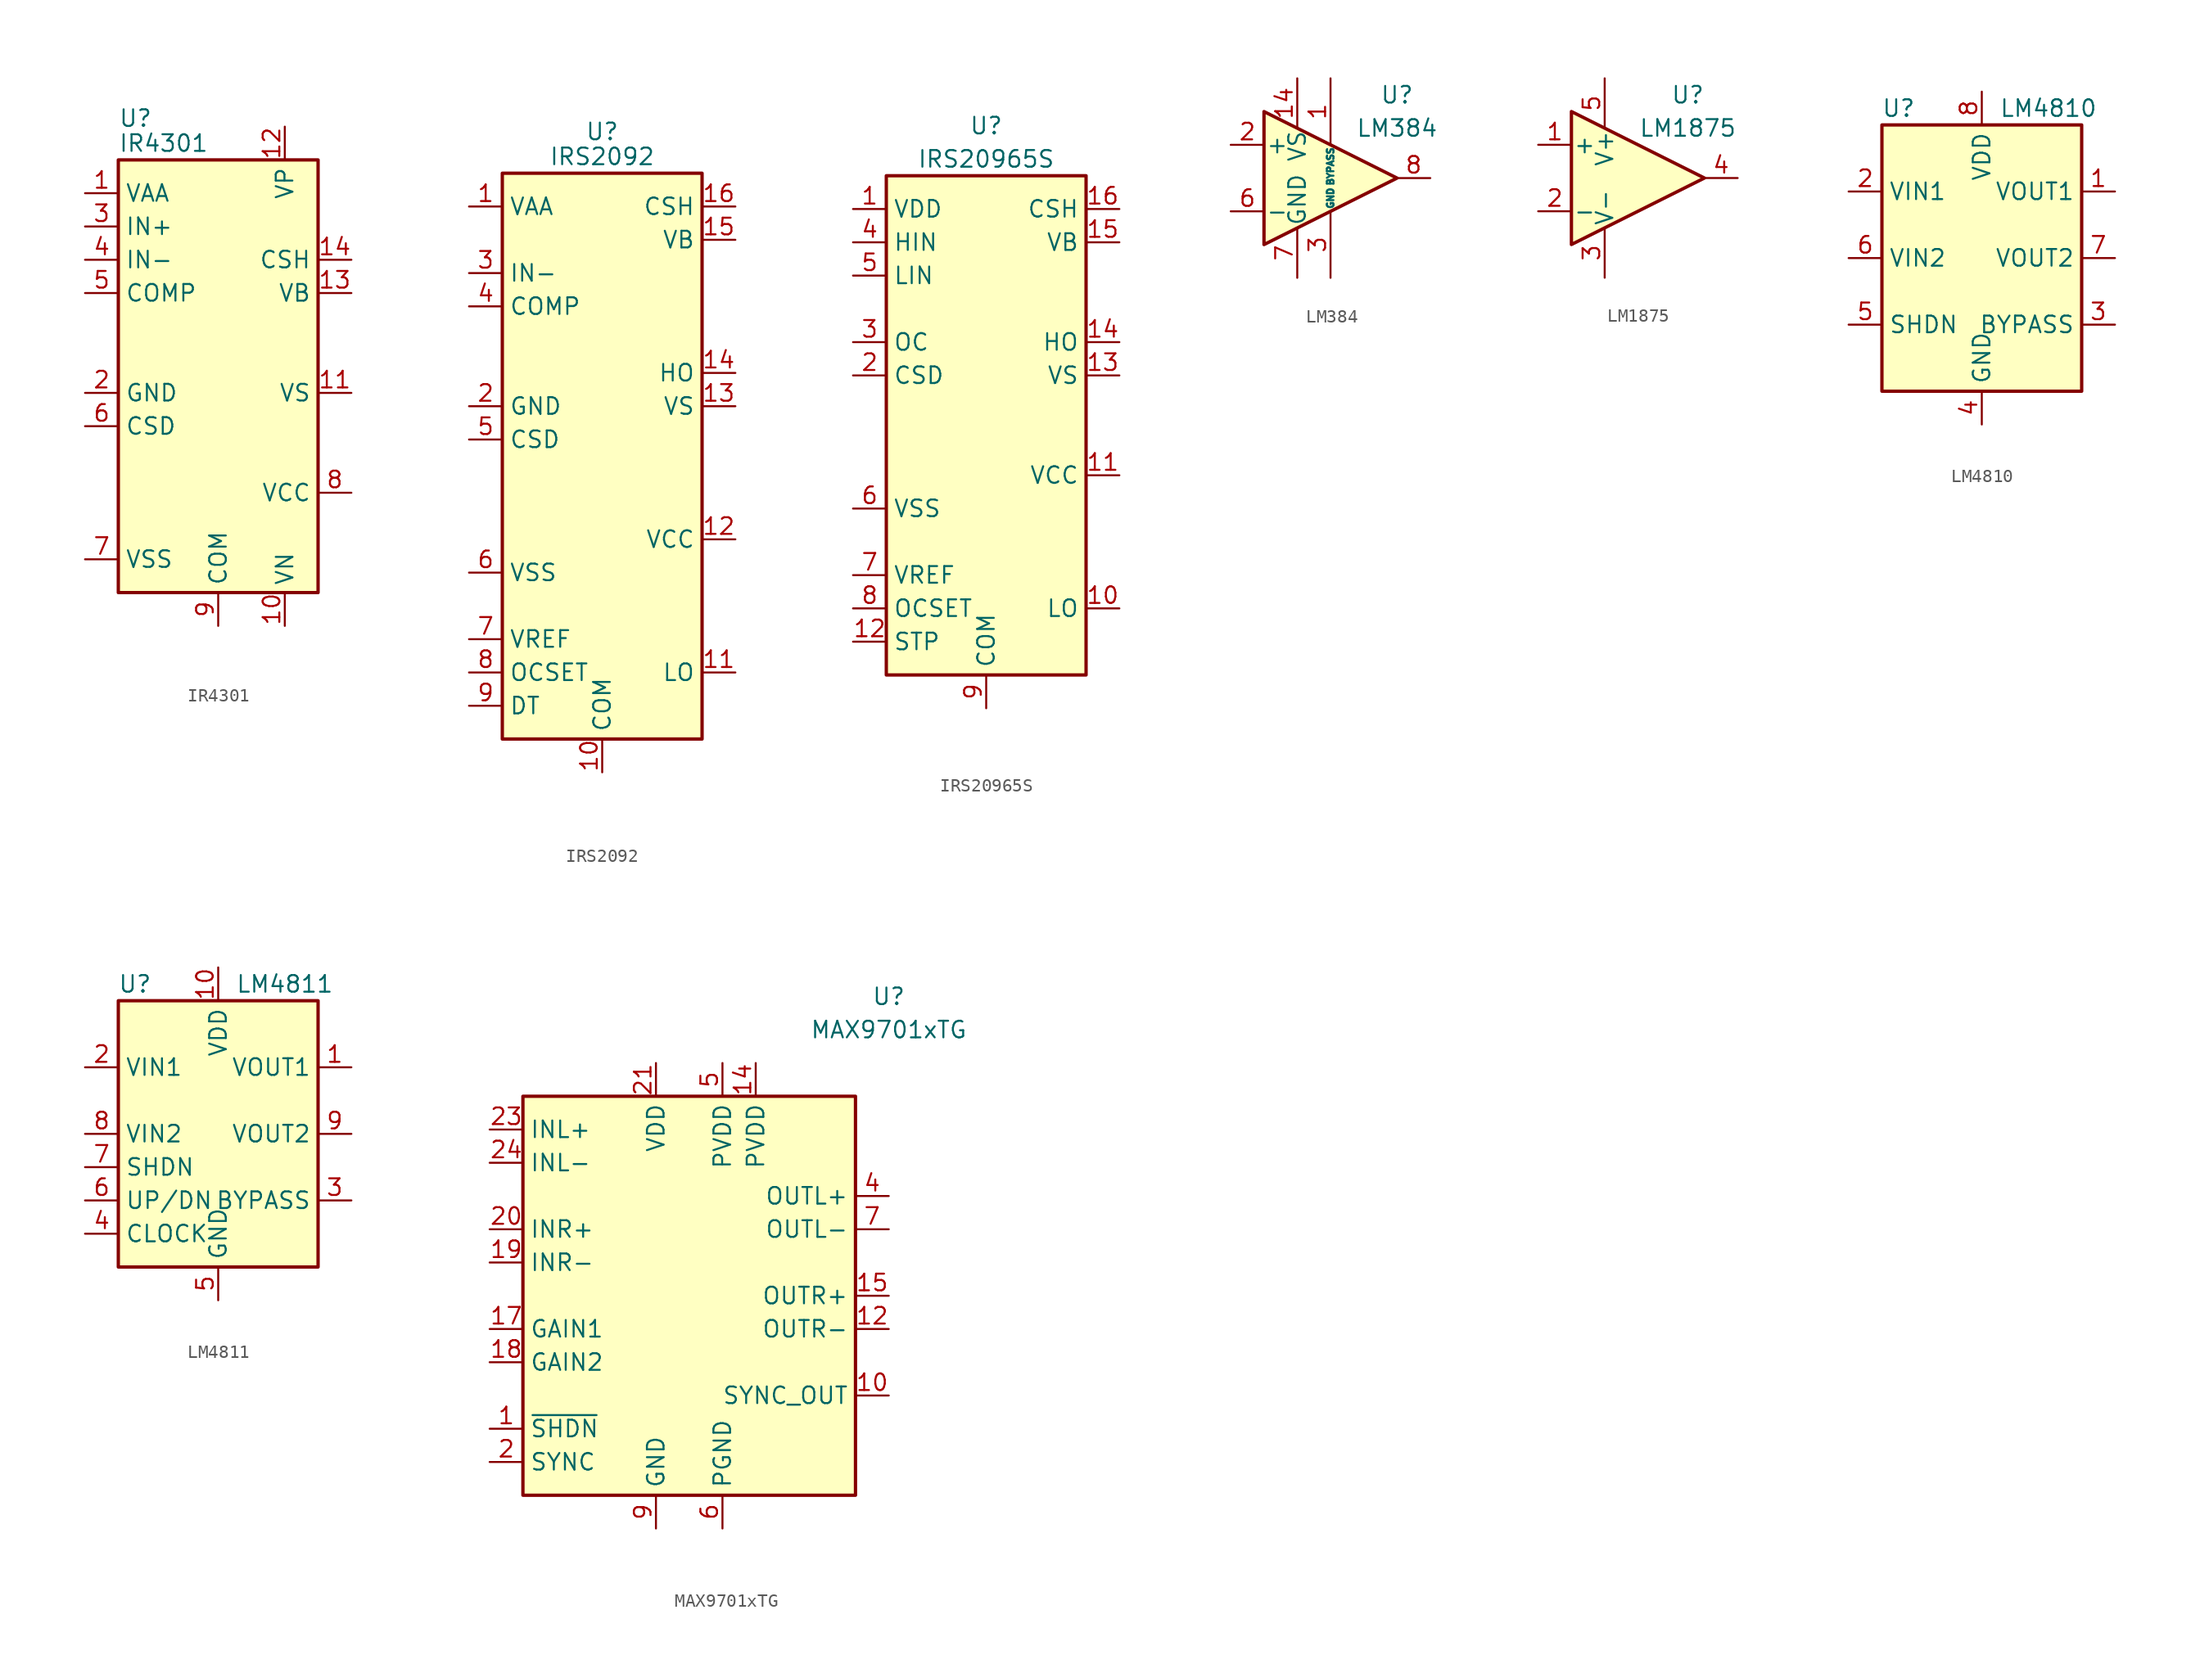
<source format=kicad_sym>
(kicad_symbol_lib
  (version 20231120)
  (generator "kicad_symbol_editor")
  (generator_version "8.0")
  (symbol "IR4301"
    (property "Reference" "U"
      (at -7.62 20.955 0)
      (effects (font (size 1.27 1.27)) (justify left)))
    (property "Value" "IR4301"
      (at -7.62 19.05 0)
      (effects (font (size 1.27 1.27)) (justify left)))
    (symbol "IR4301_0_1"
      (rectangle (start -7.62 -15.24) (end 7.62 17.78) (stroke (width 0.254) (type default)) (fill (type background))))
    (symbol "IR4301_1_1"
      (pin power_in line (at -10.16 15.24 0) (length 2.54) (name "VAA" (effects (font (size 1.27 1.27)))) (number "1" (effects (font (size 1.27 1.27)))))
      (pin power_in line (at 5.08 -17.78 90) (length 2.54) (name "VN" (effects (font (size 1.27 1.27)))) (number "10" (effects (font (size 1.27 1.27)))))
      (pin output line (at 10.16 0 180) (length 2.54) (name "VS" (effects (font (size 1.27 1.27)))) (number "11" (effects (font (size 1.27 1.27)))))
      (pin power_in line (at 5.08 20.32 270) (length 2.54) (name "VP" (effects (font (size 1.27 1.27)))) (number "12" (effects (font (size 1.27 1.27)))))
      (pin power_in line (at 10.16 7.62 180) (length 2.54) (name "VB" (effects (font (size 1.27 1.27)))) (number "13" (effects (font (size 1.27 1.27)))))
      (pin passive line (at 10.16 10.16 180) (length 2.54) (name "CSH" (effects (font (size 1.27 1.27)))) (number "14" (effects (font (size 1.27 1.27)))))
      (pin passive line (at 0 -17.78 90) (length 2.54) hide (name "COM" (effects (font (size 1.27 1.27)))) (number "15" (effects (font (size 1.27 1.27)))))
      (pin power_in line (at -10.16 0 0) (length 2.54) (name "GND" (effects (font (size 1.27 1.27)))) (number "2" (effects (font (size 1.27 1.27)))))
      (pin input line (at -10.16 12.7 0) (length 2.54) (name "IN+" (effects (font (size 1.27 1.27)))) (number "3" (effects (font (size 1.27 1.27)))))
      (pin input line (at -10.16 10.16 0) (length 2.54) (name "IN-" (effects (font (size 1.27 1.27)))) (number "4" (effects (font (size 1.27 1.27)))))
      (pin output line (at -10.16 7.62 0) (length 2.54) (name "COMP" (effects (font (size 1.27 1.27)))) (number "5" (effects (font (size 1.27 1.27)))))
      (pin passive line (at -10.16 -2.54 0) (length 2.54) (name "CSD" (effects (font (size 1.27 1.27)))) (number "6" (effects (font (size 1.27 1.27)))))
      (pin power_in line (at -10.16 -12.7 0) (length 2.54) (name "VSS" (effects (font (size 1.27 1.27)))) (number "7" (effects (font (size 1.27 1.27)))))
      (pin power_in line (at 10.16 -7.62 180) (length 2.54) (name "VCC" (effects (font (size 1.27 1.27)))) (number "8" (effects (font (size 1.27 1.27)))))
      (pin power_in line (at 0 -17.78 90) (length 2.54) (name "COM" (effects (font (size 1.27 1.27)))) (number "9" (effects (font (size 1.27 1.27)))))))
  (symbol "IRS2092"
    (property "Reference" "U"
      (at 0 26.035 0)
      (effects (font (size 1.27 1.27))))
    (property "Value" "IRS2092"
      (at 0 24.13 0)
      (effects (font (size 1.27 1.27))))
    (symbol "IRS2092_0_1"
      (rectangle (start -7.62 -20.32) (end 7.62 22.86) (stroke (width 0.254) (type default)) (fill (type background))))
    (symbol "IRS2092_1_1"
      (pin power_in line (at -10.16 20.32 0) (length 2.54) (name "VAA" (effects (font (size 1.27 1.27)))) (number "1" (effects (font (size 1.27 1.27)))))
      (pin power_in line (at 0 -22.86 90) (length 2.54) (name "COM" (effects (font (size 1.27 1.27)))) (number "10" (effects (font (size 1.27 1.27)))))
      (pin output line (at 10.16 -15.24 180) (length 2.54) (name "LO" (effects (font (size 1.27 1.27)))) (number "11" (effects (font (size 1.27 1.27)))))
      (pin power_in line (at 10.16 -5.08 180) (length 2.54) (name "VCC" (effects (font (size 1.27 1.27)))) (number "12" (effects (font (size 1.27 1.27)))))
      (pin passive line (at 10.16 5.08 180) (length 2.54) (name "VS" (effects (font (size 1.27 1.27)))) (number "13" (effects (font (size 1.27 1.27)))))
      (pin output line (at 10.16 7.62 180) (length 2.54) (name "HO" (effects (font (size 1.27 1.27)))) (number "14" (effects (font (size 1.27 1.27)))))
      (pin power_in line (at 10.16 17.78 180) (length 2.54) (name "VB" (effects (font (size 1.27 1.27)))) (number "15" (effects (font (size 1.27 1.27)))))
      (pin passive line (at 10.16 20.32 180) (length 2.54) (name "CSH" (effects (font (size 1.27 1.27)))) (number "16" (effects (font (size 1.27 1.27)))))
      (pin power_in line (at -10.16 5.08 0) (length 2.54) (name "GND" (effects (font (size 1.27 1.27)))) (number "2" (effects (font (size 1.27 1.27)))))
      (pin input line (at -10.16 15.24 0) (length 2.54) (name "IN-" (effects (font (size 1.27 1.27)))) (number "3" (effects (font (size 1.27 1.27)))))
      (pin output line (at -10.16 12.7 0) (length 2.54) (name "COMP" (effects (font (size 1.27 1.27)))) (number "4" (effects (font (size 1.27 1.27)))))
      (pin passive line (at -10.16 2.54 0) (length 2.54) (name "CSD" (effects (font (size 1.27 1.27)))) (number "5" (effects (font (size 1.27 1.27)))))
      (pin power_in line (at -10.16 -7.62 0) (length 2.54) (name "VSS" (effects (font (size 1.27 1.27)))) (number "6" (effects (font (size 1.27 1.27)))))
      (pin power_out line (at -10.16 -12.7 0) (length 2.54) (name "VREF" (effects (font (size 1.27 1.27)))) (number "7" (effects (font (size 1.27 1.27)))))
      (pin passive line (at -10.16 -15.24 0) (length 2.54) (name "OCSET" (effects (font (size 1.27 1.27)))) (number "8" (effects (font (size 1.27 1.27)))))
      (pin passive line (at -10.16 -17.78 0) (length 2.54) (name "DT" (effects (font (size 1.27 1.27)))) (number "9" (effects (font (size 1.27 1.27)))))))
  (symbol "IRS20965S"
    (property "Reference" "U"
      (at 0 24.13 0)
      (effects (font (size 1.27 1.27))))
    (property "Value" "IRS20965S"
      (at 0 21.59 0)
      (effects (font (size 1.27 1.27))))
    (symbol "IRS20965S_0_1"
      (rectangle (start -7.62 -17.78) (end 7.62 20.32) (stroke (width 0.254) (type default)) (fill (type background))))
    (symbol "IRS20965S_1_1"
      (pin power_in line (at -10.16 17.78 0) (length 2.54) (name "VDD" (effects (font (size 1.27 1.27)))) (number "1" (effects (font (size 1.27 1.27)))))
      (pin output line (at 10.16 -12.7 180) (length 2.54) (name "LO" (effects (font (size 1.27 1.27)))) (number "10" (effects (font (size 1.27 1.27)))))
      (pin power_in line (at 10.16 -2.54 180) (length 2.54) (name "VCC" (effects (font (size 1.27 1.27)))) (number "11" (effects (font (size 1.27 1.27)))))
      (pin input line (at -10.16 -15.24 0) (length 2.54) (name "STP" (effects (font (size 1.27 1.27)))) (number "12" (effects (font (size 1.27 1.27)))))
      (pin passive line (at 10.16 5.08 180) (length 2.54) (name "VS" (effects (font (size 1.27 1.27)))) (number "13" (effects (font (size 1.27 1.27)))))
      (pin output line (at 10.16 7.62 180) (length 2.54) (name "HO" (effects (font (size 1.27 1.27)))) (number "14" (effects (font (size 1.27 1.27)))))
      (pin power_in line (at 10.16 15.24 180) (length 2.54) (name "VB" (effects (font (size 1.27 1.27)))) (number "15" (effects (font (size 1.27 1.27)))))
      (pin passive line (at 10.16 17.78 180) (length 2.54) (name "CSH" (effects (font (size 1.27 1.27)))) (number "16" (effects (font (size 1.27 1.27)))))
      (pin passive line (at -10.16 5.08 0) (length 2.54) (name "CSD" (effects (font (size 1.27 1.27)))) (number "2" (effects (font (size 1.27 1.27)))))
      (pin open_collector line (at -10.16 7.62 0) (length 2.54) (name "OC" (effects (font (size 1.27 1.27)))) (number "3" (effects (font (size 1.27 1.27)))))
      (pin input line (at -10.16 15.24 0) (length 2.54) (name "HIN" (effects (font (size 1.27 1.27)))) (number "4" (effects (font (size 1.27 1.27)))))
      (pin input line (at -10.16 12.7 0) (length 2.54) (name "LIN" (effects (font (size 1.27 1.27)))) (number "5" (effects (font (size 1.27 1.27)))))
      (pin power_in line (at -10.16 -5.08 0) (length 2.54) (name "VSS" (effects (font (size 1.27 1.27)))) (number "6" (effects (font (size 1.27 1.27)))))
      (pin power_out line (at -10.16 -10.16 0) (length 2.54) (name "VREF" (effects (font (size 1.27 1.27)))) (number "7" (effects (font (size 1.27 1.27)))))
      (pin passive line (at -10.16 -12.7 0) (length 2.54) (name "OCSET" (effects (font (size 1.27 1.27)))) (number "8" (effects (font (size 1.27 1.27)))))
      (pin power_in line (at 0 -20.32 90) (length 2.54) (name "COM" (effects (font (size 1.27 1.27)))) (number "9" (effects (font (size 1.27 1.27)))))))
  (symbol "LM384"
    (pin_names
      (offset 0.127))
    (property "Reference" "U"
      (at 5.08 6.35 0)
      (effects (font (size 1.27 1.27))))
    (property "Value" "LM384"
      (at 5.08 3.81 0)
      (effects (font (size 1.27 1.27))))
    (symbol "LM384_0_1"
      (polyline (pts (xy -5.08 5.08) (xy 5.08 0) (xy -5.08 -5.08) (xy -5.08 5.08)) (stroke (width 0.254) (type default)) (fill (type background))))
    (symbol "LM384_1_1"
      (pin passive line (at 0 7.62 270) (length 5.08) (name "BYPASS" (effects (font (size 0.508 0.508)))) (number "1" (effects (font (size 1.27 1.27)))))
      (pin passive line (at 0 -7.62 90) (length 5.08) hide (name "GND" (effects (font (size 0.508 0.508)))) (number "10" (effects (font (size 1.27 1.27)))))
      (pin passive line (at 0 -7.62 90) (length 5.08) hide (name "GND" (effects (font (size 0.508 0.508)))) (number "11" (effects (font (size 1.27 1.27)))))
      (pin passive line (at 0 -7.62 90) (length 5.08) hide (name "GND" (effects (font (size 0.508 0.508)))) (number "12" (effects (font (size 1.27 1.27)))))
      (pin no_connect line (at 0 2.54 270) (length 2.54) hide (name "NC" (effects (font (size 1.27 1.27)))) (number "13" (effects (font (size 1.27 1.27)))))
      (pin power_in line (at -2.54 7.62 270) (length 3.81) (name "VS" (effects (font (size 1.27 1.27)))) (number "14" (effects (font (size 1.27 1.27)))))
      (pin input line (at -7.62 2.54 0) (length 2.54) (name "+" (effects (font (size 1.27 1.27)))) (number "2" (effects (font (size 1.27 1.27)))))
      (pin power_in line (at 0 -7.62 90) (length 5.08) (name "GND" (effects (font (size 0.508 0.508)))) (number "3" (effects (font (size 1.27 1.27)))))
      (pin passive line (at 0 -7.62 90) (length 5.08) hide (name "GND" (effects (font (size 0.508 0.508)))) (number "4" (effects (font (size 1.27 1.27)))))
      (pin passive line (at 0 -7.62 90) (length 5.08) hide (name "GND" (effects (font (size 0.508 0.508)))) (number "5" (effects (font (size 1.27 1.27)))))
      (pin input line (at -7.62 -2.54 0) (length 2.54) (name "-" (effects (font (size 1.27 1.27)))) (number "6" (effects (font (size 1.27 1.27)))))
      (pin power_in line (at -2.54 -7.62 90) (length 3.81) (name "GND" (effects (font (size 1.27 1.27)))) (number "7" (effects (font (size 1.27 1.27)))))
      (pin output line (at 7.62 0 180) (length 2.54) (name "~" (effects (font (size 1.27 1.27)))) (number "8" (effects (font (size 1.27 1.27)))))
      (pin no_connect line (at -2.54 2.54 270) (length 2.54) hide (name "NC" (effects (font (size 1.27 1.27)))) (number "9" (effects (font (size 1.27 1.27)))))))
  (symbol "LM1875"
    (pin_names
      (offset 0.127))
    (property "Reference" "U"
      (at 3.81 6.35 0)
      (effects (font (size 1.27 1.27))))
    (property "Value" "LM1875"
      (at 3.81 3.81 0)
      (effects (font (size 1.27 1.27))))
    (symbol "LM1875_0_1"
      (polyline (pts (xy -5.08 5.08) (xy 5.08 0) (xy -5.08 -5.08) (xy -5.08 5.08)) (stroke (width 0.254) (type default)) (fill (type background))))
    (symbol "LM1875_1_1"
      (pin input line (at -7.62 2.54 0) (length 2.54) (name "+" (effects (font (size 1.27 1.27)))) (number "1" (effects (font (size 1.27 1.27)))))
      (pin input line (at -7.62 -2.54 0) (length 2.54) (name "-" (effects (font (size 1.27 1.27)))) (number "2" (effects (font (size 1.27 1.27)))))
      (pin power_in line (at -2.54 -7.62 90) (length 3.81) (name "V-" (effects (font (size 1.27 1.27)))) (number "3" (effects (font (size 1.27 1.27)))))
      (pin output line (at 7.62 0 180) (length 2.54) (name "~" (effects (font (size 1.27 1.27)))) (number "4" (effects (font (size 1.27 1.27)))))
      (pin power_in line (at -2.54 7.62 270) (length 3.81) (name "V+" (effects (font (size 1.27 1.27)))) (number "5" (effects (font (size 1.27 1.27)))))))
  (symbol "LM4810"
    (property "Reference" "U"
      (at -6.35 11.43 0)
      (effects (font (size 1.27 1.27))))
    (property "Value" "LM4810"
      (at 5.08 11.43 0)
      (effects (font (size 1.27 1.27))))
    (symbol "LM4810_0_1"
      (rectangle (start -7.62 10.16) (end 7.62 -10.16) (stroke (width 0.254) (type default)) (fill (type background))))
    (symbol "LM4810_1_1"
      (pin output line (at 10.16 5.08 180) (length 2.54) (name "VOUT1" (effects (font (size 1.27 1.27)))) (number "1" (effects (font (size 1.27 1.27)))))
      (pin input line (at -10.16 5.08 0) (length 2.54) (name "VIN1" (effects (font (size 1.27 1.27)))) (number "2" (effects (font (size 1.27 1.27)))))
      (pin passive line (at 10.16 -5.08 180) (length 2.54) (name "BYPASS" (effects (font (size 1.27 1.27)))) (number "3" (effects (font (size 1.27 1.27)))))
      (pin power_in line (at 0 -12.7 90) (length 2.54) (name "GND" (effects (font (size 1.27 1.27)))) (number "4" (effects (font (size 1.27 1.27)))))
      (pin input line (at -10.16 -5.08 0) (length 2.54) (name "SHDN" (effects (font (size 1.27 1.27)))) (number "5" (effects (font (size 1.27 1.27)))))
      (pin input line (at -10.16 0 0) (length 2.54) (name "VIN2" (effects (font (size 1.27 1.27)))) (number "6" (effects (font (size 1.27 1.27)))))
      (pin output line (at 10.16 0 180) (length 2.54) (name "VOUT2" (effects (font (size 1.27 1.27)))) (number "7" (effects (font (size 1.27 1.27)))))
      (pin power_in line (at 0 12.7 270) (length 2.54) (name "VDD" (effects (font (size 1.27 1.27)))) (number "8" (effects (font (size 1.27 1.27)))))))
  (symbol "LM4811"
    (property "Reference" "U"
      (at -6.35 11.43 0)
      (effects (font (size 1.27 1.27))))
    (property "Value" "LM4811"
      (at 5.08 11.43 0)
      (effects (font (size 1.27 1.27))))
    (symbol "LM4811_0_1"
      (rectangle (start -7.62 10.16) (end 7.62 -10.16) (stroke (width 0.254) (type default)) (fill (type background))))
    (symbol "LM4811_1_1"
      (pin output line (at 10.16 5.08 180) (length 2.54) (name "VOUT1" (effects (font (size 1.27 1.27)))) (number "1" (effects (font (size 1.27 1.27)))))
      (pin power_in line (at 0 12.7 270) (length 2.54) (name "VDD" (effects (font (size 1.27 1.27)))) (number "10" (effects (font (size 1.27 1.27)))))
      (pin input line (at -10.16 5.08 0) (length 2.54) (name "VIN1" (effects (font (size 1.27 1.27)))) (number "2" (effects (font (size 1.27 1.27)))))
      (pin passive line (at 10.16 -5.08 180) (length 2.54) (name "BYPASS" (effects (font (size 1.27 1.27)))) (number "3" (effects (font (size 1.27 1.27)))))
      (pin input line (at -10.16 -7.62 0) (length 2.54) (name "CLOCK" (effects (font (size 1.27 1.27)))) (number "4" (effects (font (size 1.27 1.27)))))
      (pin power_in line (at 0 -12.7 90) (length 2.54) (name "GND" (effects (font (size 1.27 1.27)))) (number "5" (effects (font (size 1.27 1.27)))))
      (pin input line (at -10.16 -5.08 0) (length 2.54) (name "UP/DN" (effects (font (size 1.27 1.27)))) (number "6" (effects (font (size 1.27 1.27)))))
      (pin input line (at -10.16 -2.54 0) (length 2.54) (name "SHDN" (effects (font (size 1.27 1.27)))) (number "7" (effects (font (size 1.27 1.27)))))
      (pin input line (at -10.16 0 0) (length 2.54) (name "VIN2" (effects (font (size 1.27 1.27)))) (number "8" (effects (font (size 1.27 1.27)))))
      (pin output line (at 10.16 0 180) (length 2.54) (name "VOUT2" (effects (font (size 1.27 1.27)))) (number "9" (effects (font (size 1.27 1.27)))))))
  (symbol "MAX9701xTG"
    (property "Reference" "U"
      (at 15.24 22.86 0)
      (effects (font (size 1.27 1.27))))
    (property "Value" "MAX9701xTG"
      (at 15.24 20.32 0)
      (effects (font (size 1.27 1.27))))
    (symbol "MAX9701xTG_0_1"
      (rectangle (start -12.7 15.24) (end 12.7 -15.24) (stroke (width 0.254) (type default)) (fill (type background))))
    (symbol "MAX9701xTG_1_1"
      (pin input line (at -15.24 -10.16 0) (length 2.54) (name "~{SHDN}" (effects (font (size 1.27 1.27)))) (number "1" (effects (font (size 1.27 1.27)))))
      (pin output line (at 15.24 -7.62 180) (length 2.54) (name "SYNC_OUT" (effects (font (size 1.27 1.27)))) (number "10" (effects (font (size 1.27 1.27)))))
      (pin no_connect line (at 12.7 -5.08 180) (length 2.54) hide (name "NC" (effects (font (size 1.27 1.27)))) (number "11" (effects (font (size 1.27 1.27)))))
      (pin power_out line (at 15.24 -2.54 180) (length 2.54) (name "OUTR-" (effects (font (size 1.27 1.27)))) (number "12" (effects (font (size 1.27 1.27)))))
      (pin passive line (at 2.54 -17.78 90) (length 2.54) hide (name "PGND" (effects (font (size 1.27 1.27)))) (number "13" (effects (font (size 1.27 1.27)))))
      (pin power_in line (at 5.08 17.78 270) (length 2.54) (name "PVDD" (effects (font (size 1.27 1.27)))) (number "14" (effects (font (size 1.27 1.27)))))
      (pin power_out line (at 15.24 0 180) (length 2.54) (name "OUTR+" (effects (font (size 1.27 1.27)))) (number "15" (effects (font (size 1.27 1.27)))))
      (pin no_connect line (at 12.7 -10.16 180) (length 2.54) hide (name "NC" (effects (font (size 1.27 1.27)))) (number "16" (effects (font (size 1.27 1.27)))))
      (pin input line (at -15.24 -2.54 0) (length 2.54) (name "GAIN1" (effects (font (size 1.27 1.27)))) (number "17" (effects (font (size 1.27 1.27)))))
      (pin input line (at -15.24 -5.08 0) (length 2.54) (name "GAIN2" (effects (font (size 1.27 1.27)))) (number "18" (effects (font (size 1.27 1.27)))))
      (pin input line (at -15.24 2.54 0) (length 2.54) (name "INR-" (effects (font (size 1.27 1.27)))) (number "19" (effects (font (size 1.27 1.27)))))
      (pin input line (at -15.24 -12.7 0) (length 2.54) (name "SYNC" (effects (font (size 1.27 1.27)))) (number "2" (effects (font (size 1.27 1.27)))))
      (pin input line (at -15.24 5.08 0) (length 2.54) (name "INR+" (effects (font (size 1.27 1.27)))) (number "20" (effects (font (size 1.27 1.27)))))
      (pin power_in line (at -2.54 17.78 270) (length 2.54) (name "VDD" (effects (font (size 1.27 1.27)))) (number "21" (effects (font (size 1.27 1.27)))))
      (pin passive line (at -2.54 -17.78 90) (length 2.54) hide (name "GND" (effects (font (size 1.27 1.27)))) (number "22" (effects (font (size 1.27 1.27)))))
      (pin input line (at -15.24 12.7 0) (length 2.54) (name "INL+" (effects (font (size 1.27 1.27)))) (number "23" (effects (font (size 1.27 1.27)))))
      (pin input line (at -15.24 10.16 0) (length 2.54) (name "INL-" (effects (font (size 1.27 1.27)))) (number "24" (effects (font (size 1.27 1.27)))))
      (pin passive line (at -2.54 -17.78 90) (length 2.54) hide (name "GND" (effects (font (size 1.27 1.27)))) (number "25" (effects (font (size 1.27 1.27)))))
      (pin no_connect line (at 12.7 10.16 180) (length 2.54) hide (name "NC" (effects (font (size 1.27 1.27)))) (number "3" (effects (font (size 1.27 1.27)))))
      (pin power_out line (at 15.24 7.62 180) (length 2.54) (name "OUTL+" (effects (font (size 1.27 1.27)))) (number "4" (effects (font (size 1.27 1.27)))))
      (pin power_in line (at 2.54 17.78 270) (length 2.54) (name "PVDD" (effects (font (size 1.27 1.27)))) (number "5" (effects (font (size 1.27 1.27)))))
      (pin power_in line (at 2.54 -17.78 90) (length 2.54) (name "PGND" (effects (font (size 1.27 1.27)))) (number "6" (effects (font (size 1.27 1.27)))))
      (pin power_out line (at 15.24 5.08 180) (length 2.54) (name "OUTL-" (effects (font (size 1.27 1.27)))) (number "7" (effects (font (size 1.27 1.27)))))
      (pin no_connect line (at 12.7 2.54 180) (length 2.54) hide (name "NC" (effects (font (size 1.27 1.27)))) (number "8" (effects (font (size 1.27 1.27)))))
      (pin power_in line (at -2.54 -17.78 90) (length 2.54) (name "GND" (effects (font (size 1.27 1.27)))) (number "9" (effects (font (size 1.27 1.27))))))))
</source>
